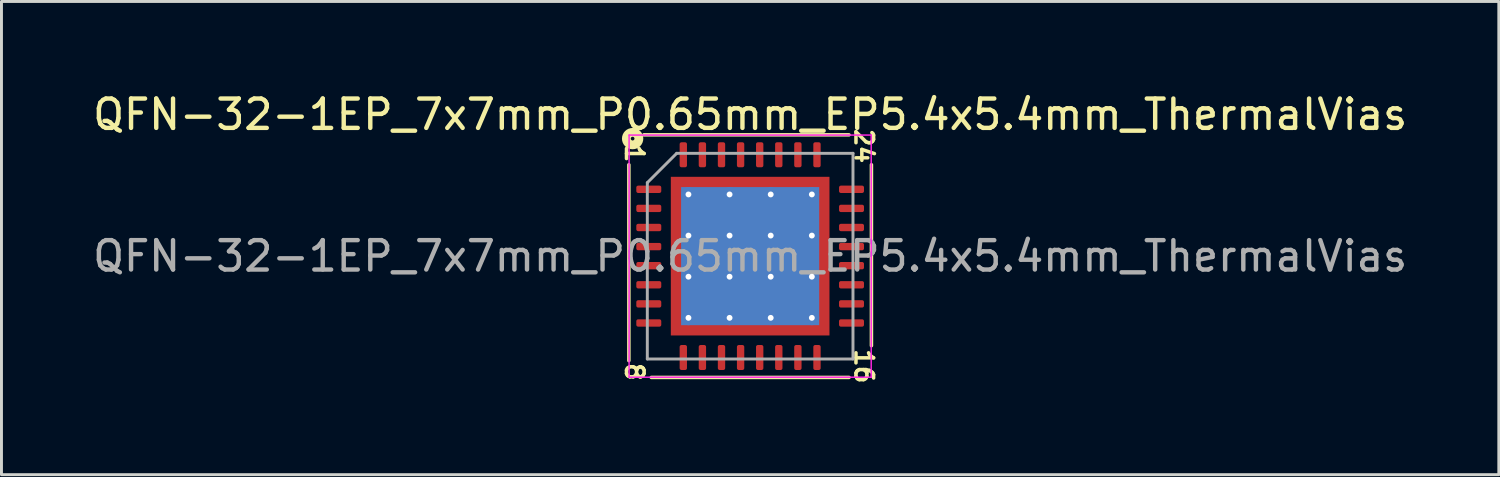
<source format=kicad_pcb>
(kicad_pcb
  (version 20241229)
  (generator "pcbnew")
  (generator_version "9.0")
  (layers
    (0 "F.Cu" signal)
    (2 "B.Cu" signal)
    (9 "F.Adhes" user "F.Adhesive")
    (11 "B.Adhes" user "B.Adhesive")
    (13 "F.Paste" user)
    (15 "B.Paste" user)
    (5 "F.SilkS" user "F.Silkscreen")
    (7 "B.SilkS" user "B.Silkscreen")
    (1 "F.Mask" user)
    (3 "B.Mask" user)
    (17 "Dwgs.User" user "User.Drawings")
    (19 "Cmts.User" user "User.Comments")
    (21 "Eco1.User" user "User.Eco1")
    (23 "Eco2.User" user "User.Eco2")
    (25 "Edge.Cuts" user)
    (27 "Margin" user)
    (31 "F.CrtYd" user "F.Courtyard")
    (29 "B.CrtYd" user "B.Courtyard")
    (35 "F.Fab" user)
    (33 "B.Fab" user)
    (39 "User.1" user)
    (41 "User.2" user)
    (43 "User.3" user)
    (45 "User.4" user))
  (footprint "QFN-32-1EP_7x7mm_P0.65mm_EP5.4x5.4mm_ThermalVias"
    (layer "F.Cu")
    (at 22.482 5.668)
    (property "Reference" "QFN-32-1EP_7x7mm_P0.65mm_EP5.4x5.4mm_ThermalVias" (at 0 -4.82 0) (layer "F.SilkS") (effects (font (size 1 1) (thickness 0.15))))
    (attr smd)
    (fp_line (start -4.128 -3.111) (end -4.128 3.556) (stroke (width 0.12) (type solid)) (layer "F.SilkS"))
    (fp_line (start -3.365 4.128) (end 3.365 4.128) (stroke (width 0.12) (type solid)) (layer "F.SilkS"))
    (fp_line (start 3.365 -4.128) (end -3.619 -4.128) (stroke (width 0.12) (type solid)) (layer "F.SilkS"))
    (fp_line (start 4.128 3.048) (end 4.128 -3.111) (stroke (width 0.12) (type solid)) (layer "F.SilkS"))
    (fp_circle (center -4 -4) (end -3.937 -4) (stroke (width 0.3) (type solid)) (fill no) (layer "F.SilkS"))
    (fp_line (start -4.12 -4.12) (end -4.12 4.12) (stroke (width 0.05) (type solid)) (layer "F.CrtYd"))
    (fp_line (start -4.12 4.12) (end 4.12 4.12) (stroke (width 0.05) (type solid)) (layer "F.CrtYd"))
    (fp_line (start 4.12 -4.12) (end -4.12 -4.12) (stroke (width 0.05) (type solid)) (layer "F.CrtYd"))
    (fp_line (start 4.12 4.12) (end 4.12 -4.12) (stroke (width 0.05) (type solid)) (layer "F.CrtYd"))
    (fp_line (start -3.5 -2.5) (end -2.5 -3.5) (stroke (width 0.1) (type solid)) (layer "F.Fab"))
    (fp_line (start -3.5 3.5) (end -3.5 -2.5) (stroke (width 0.1) (type solid)) (layer "F.Fab"))
    (fp_line (start -2.5 -3.5) (end 3.5 -3.5) (stroke (width 0.1) (type solid)) (layer "F.Fab"))
    (fp_line (start 3.5 -3.5) (end 3.5 3.5) (stroke (width 0.1) (type solid)) (layer "F.Fab"))
    (fp_line (start 3.5 3.5) (end -3.5 3.5) (stroke (width 0.1) (type solid)) (layer "F.Fab"))
    (fp_text user "16" (at 3.873 3.747 270) (unlocked yes) (layer "F.SilkS") (effects (font (size 0.6 0.6) (thickness 0.12))))
    (fp_text user "24" (at 3.873 -3.747 270) (unlocked yes) (layer "F.SilkS") (effects (font (size 0.6 0.6) (thickness 0.12))))
    (fp_text user "8" (at -3.937 3.937 270) (unlocked yes) (layer "F.SilkS") (effects (font (size 0.6 0.6) (thickness 0.12))))
    (fp_text user "1" (at -3.937 -3.493 270) (unlocked yes) (layer "F.SilkS") (effects (font (size 0.6 0.6) (thickness 0.12))))
    (fp_text user "${REFERENCE}" (at 0 0 0) (layer "F.Fab") (effects (font (size 1 1) (thickness 0.15))))
    (pad "" smd custom (at -2.4 -2.4) (size 0.366 0.366) (layers "F.Paste") (options (anchor circle)) (primitives (gr_poly (pts (xy 0.124 0.026) (xy 0.026 0.124) (xy -0.124 0.124) (xy -0.124 -0.124) (xy 0.124 -0.124)) (width 0.236) (fill yes))))
    (pad "" smd custom (at -2.4 -1.4) (size 0.421 0.421) (layers "F.Paste") (options (anchor circle)) (primitives (gr_poly (pts (xy 0.179 -0.449) (xy 0.179 0.449) (xy 0.127 0.501) (xy -0.179 0.501) (xy -0.179 -0.501) (xy 0.127 -0.501)) (width 0.126) (fill yes))))
    (pad "" smd custom (at -2.4 0) (size 0.421 0.421) (layers "F.Paste") (options (anchor circle)) (primitives (gr_poly (pts (xy 0.179 -0.449) (xy 0.179 0.449) (xy 0.127 0.501) (xy -0.179 0.501) (xy -0.179 -0.501) (xy 0.127 -0.501)) (width 0.126) (fill yes))))
    (pad "" smd custom (at -2.4 1.4) (size 0.421 0.421) (layers "F.Paste") (options (anchor circle)) (primitives (gr_poly (pts (xy 0.179 -0.449) (xy 0.179 0.449) (xy 0.127 0.501) (xy -0.179 0.501) (xy -0.179 -0.501) (xy 0.127 -0.501)) (width 0.126) (fill yes))))
    (pad "" smd custom (at -2.4 2.4) (size 0.366 0.366) (layers "F.Paste") (options (anchor circle)) (primitives (gr_poly (pts (xy 0.124 -0.026) (xy 0.124 0.124) (xy -0.124 0.124) (xy -0.124 -0.124) (xy 0.026 -0.124)) (width 0.236) (fill yes))))
    (pad "" smd custom (at -1.4 -2.4) (size 0.421 0.421) (layers "F.Paste") (options (anchor circle)) (primitives (gr_poly (pts (xy 0.501 0.127) (xy 0.449 0.179) (xy -0.449 0.179) (xy -0.501 0.127) (xy -0.501 -0.179) (xy 0.501 -0.179)) (width 0.126) (fill yes))))
    (pad "" smd roundrect (at -1.4 -1.4) (size 1.129 1.129) (layers "F.Paste") (roundrect_rratio 0.221))
    (pad "" smd roundrect (at -1.4 0) (size 1.129 1.129) (layers "F.Paste") (roundrect_rratio 0.221))
    (pad "" smd roundrect (at -1.4 1.4) (size 1.129 1.129) (layers "F.Paste") (roundrect_rratio 0.221))
    (pad "" smd custom (at -1.4 2.4) (size 0.421 0.421) (layers "F.Paste") (options (anchor circle)) (primitives (gr_poly (pts (xy 0.501 -0.127) (xy 0.501 0.179) (xy -0.501 0.179) (xy -0.501 -0.127) (xy -0.449 -0.179) (xy 0.449 -0.179)) (width 0.126) (fill yes))))
    (pad "" smd custom (at 0 -2.4) (size 0.421 0.421) (layers "F.Paste") (options (anchor circle)) (primitives (gr_poly (pts (xy 0.501 0.127) (xy 0.449 0.179) (xy -0.449 0.179) (xy -0.501 0.127) (xy -0.501 -0.179) (xy 0.501 -0.179)) (width 0.126) (fill yes))))
    (pad "" smd roundrect (at 0 -1.4) (size 1.129 1.129) (layers "F.Paste") (roundrect_rratio 0.221))
    (pad "" smd roundrect (at 0 0) (size 1.129 1.129) (layers "F.Paste") (roundrect_rratio 0.221))
    (pad "" smd roundrect (at 0 1.4) (size 1.129 1.129) (layers "F.Paste") (roundrect_rratio 0.221))
    (pad "" smd custom (at 0 2.4) (size 0.421 0.421) (layers "F.Paste") (options (anchor circle)) (primitives (gr_poly (pts (xy 0.501 -0.127) (xy 0.501 0.179) (xy -0.501 0.179) (xy -0.501 -0.127) (xy -0.449 -0.179) (xy 0.449 -0.179)) (width 0.126) (fill yes))))
    (pad "" smd custom (at 1.4 -2.4) (size 0.421 0.421) (layers "F.Paste") (options (anchor circle)) (primitives (gr_poly (pts (xy 0.501 0.127) (xy 0.449 0.179) (xy -0.449 0.179) (xy -0.501 0.127) (xy -0.501 -0.179) (xy 0.501 -0.179)) (width 0.126) (fill yes))))
    (pad "" smd roundrect (at 1.4 -1.4) (size 1.129 1.129) (layers "F.Paste") (roundrect_rratio 0.221))
    (pad "" smd roundrect (at 1.4 0) (size 1.129 1.129) (layers "F.Paste") (roundrect_rratio 0.221))
    (pad "" smd roundrect (at 1.4 1.4) (size 1.129 1.129) (layers "F.Paste") (roundrect_rratio 0.221))
    (pad "" smd custom (at 1.4 2.4) (size 0.421 0.421) (layers "F.Paste") (options (anchor circle)) (primitives (gr_poly (pts (xy 0.501 -0.127) (xy 0.501 0.179) (xy -0.501 0.179) (xy -0.501 -0.127) (xy -0.449 -0.179) (xy 0.449 -0.179)) (width 0.126) (fill yes))))
    (pad "" smd custom (at 2.4 -2.4) (size 0.366 0.366) (layers "F.Paste") (options (anchor circle)) (primitives (gr_poly (pts (xy 0.124 0.124) (xy -0.026 0.124) (xy -0.124 0.026) (xy -0.124 -0.124) (xy 0.124 -0.124)) (width 0.236) (fill yes))))
    (pad "" smd custom (at 2.4 -1.4) (size 0.421 0.421) (layers "F.Paste") (options (anchor circle)) (primitives (gr_poly (pts (xy 0.179 0.501) (xy -0.127 0.501) (xy -0.179 0.449) (xy -0.179 -0.449) (xy -0.127 -0.501) (xy 0.179 -0.501)) (width 0.126) (fill yes))))
    (pad "" smd custom (at 2.4 0) (size 0.421 0.421) (layers "F.Paste") (options (anchor circle)) (primitives (gr_poly (pts (xy 0.179 0.501) (xy -0.127 0.501) (xy -0.179 0.449) (xy -0.179 -0.449) (xy -0.127 -0.501) (xy 0.179 -0.501)) (width 0.126) (fill yes))))
    (pad "" smd custom (at 2.4 1.4) (size 0.421 0.421) (layers "F.Paste") (options (anchor circle)) (primitives (gr_poly (pts (xy 0.179 0.501) (xy -0.127 0.501) (xy -0.179 0.449) (xy -0.179 -0.449) (xy -0.127 -0.501) (xy 0.179 -0.501)) (width 0.126) (fill yes))))
    (pad "" smd custom (at 2.4 2.4) (size 0.366 0.366) (layers "F.Paste") (options (anchor circle)) (primitives (gr_poly (pts (xy 0.124 0.124) (xy -0.124 0.124) (xy -0.124 -0.026) (xy -0.026 -0.124) (xy 0.124 -0.124)) (width 0.236) (fill yes))))
    (pad "1" smd roundrect (at -3.45 -2.275) (size 0.85 0.25) (layers "F.Cu" "F.Mask" "F.Paste") (roundrect_rratio 0.25))
    (pad "2" smd roundrect (at -3.45 -1.625) (size 0.85 0.25) (layers "F.Cu" "F.Mask" "F.Paste") (roundrect_rratio 0.25))
    (pad "3" smd roundrect (at -3.45 -0.975) (size 0.85 0.25) (layers "F.Cu" "F.Mask" "F.Paste") (roundrect_rratio 0.25))
    (pad "4" smd roundrect (at -3.45 -0.325) (size 0.85 0.25) (layers "F.Cu" "F.Mask" "F.Paste") (roundrect_rratio 0.25))
    (pad "5" smd roundrect (at -3.45 0.325) (size 0.85 0.25) (layers "F.Cu" "F.Mask" "F.Paste") (roundrect_rratio 0.25))
    (pad "6" smd roundrect (at -3.45 0.975) (size 0.85 0.25) (layers "F.Cu" "F.Mask" "F.Paste") (roundrect_rratio 0.25))
    (pad "7" smd roundrect (at -3.45 1.625) (size 0.85 0.25) (layers "F.Cu" "F.Mask" "F.Paste") (roundrect_rratio 0.25))
    (pad "8" smd roundrect (at -3.45 2.275) (size 0.85 0.25) (layers "F.Cu" "F.Mask" "F.Paste") (roundrect_rratio 0.25))
    (pad "9" smd roundrect (at -2.275 3.45) (size 0.25 0.85) (layers "F.Cu" "F.Mask" "F.Paste") (roundrect_rratio 0.25))
    (pad "10" smd roundrect (at -1.625 3.45) (size 0.25 0.85) (layers "F.Cu" "F.Mask" "F.Paste") (roundrect_rratio 0.25))
    (pad "11" smd roundrect (at -0.975 3.45) (size 0.25 0.85) (layers "F.Cu" "F.Mask" "F.Paste") (roundrect_rratio 0.25))
    (pad "12" smd roundrect (at -0.325 3.45) (size 0.25 0.85) (layers "F.Cu" "F.Mask" "F.Paste") (roundrect_rratio 0.25))
    (pad "13" smd roundrect (at 0.325 3.45) (size 0.25 0.85) (layers "F.Cu" "F.Mask" "F.Paste") (roundrect_rratio 0.25))
    (pad "14" smd roundrect (at 0.975 3.45) (size 0.25 0.85) (layers "F.Cu" "F.Mask" "F.Paste") (roundrect_rratio 0.25))
    (pad "15" smd roundrect (at 1.625 3.45) (size 0.25 0.85) (layers "F.Cu" "F.Mask" "F.Paste") (roundrect_rratio 0.25))
    (pad "16" smd roundrect (at 2.275 3.45) (size 0.25 0.85) (layers "F.Cu" "F.Mask" "F.Paste") (roundrect_rratio 0.25))
    (pad "17" smd roundrect (at 3.45 2.275) (size 0.85 0.25) (layers "F.Cu" "F.Mask" "F.Paste") (roundrect_rratio 0.25))
    (pad "18" smd roundrect (at 3.45 1.625) (size 0.85 0.25) (layers "F.Cu" "F.Mask" "F.Paste") (roundrect_rratio 0.25))
    (pad "19" smd roundrect (at 3.45 0.975) (size 0.85 0.25) (layers "F.Cu" "F.Mask" "F.Paste") (roundrect_rratio 0.25))
    (pad "20" smd roundrect (at 3.45 0.325) (size 0.85 0.25) (layers "F.Cu" "F.Mask" "F.Paste") (roundrect_rratio 0.25))
    (pad "21" smd roundrect (at 3.45 -0.325) (size 0.85 0.25) (layers "F.Cu" "F.Mask" "F.Paste") (roundrect_rratio 0.25))
    (pad "22" smd roundrect (at 3.45 -0.975) (size 0.85 0.25) (layers "F.Cu" "F.Mask" "F.Paste") (roundrect_rratio 0.25))
    (pad "23" smd roundrect (at 3.45 -1.625) (size 0.85 0.25) (layers "F.Cu" "F.Mask" "F.Paste") (roundrect_rratio 0.25))
    (pad "24" smd roundrect (at 3.45 -2.275) (size 0.85 0.25) (layers "F.Cu" "F.Mask" "F.Paste") (roundrect_rratio 0.25))
    (pad "25" smd roundrect (at 2.275 -3.45) (size 0.25 0.85) (layers "F.Cu" "F.Mask" "F.Paste") (roundrect_rratio 0.25))
    (pad "26" smd roundrect (at 1.625 -3.45) (size 0.25 0.85) (layers "F.Cu" "F.Mask" "F.Paste") (roundrect_rratio 0.25))
    (pad "27" smd roundrect (at 0.975 -3.45) (size 0.25 0.85) (layers "F.Cu" "F.Mask" "F.Paste") (roundrect_rratio 0.25))
    (pad "28" smd roundrect (at 0.325 -3.45) (size 0.25 0.85) (layers "F.Cu" "F.Mask" "F.Paste") (roundrect_rratio 0.25))
    (pad "29" smd roundrect (at -0.325 -3.45) (size 0.25 0.85) (layers "F.Cu" "F.Mask" "F.Paste") (roundrect_rratio 0.25))
    (pad "30" smd roundrect (at -0.975 -3.45) (size 0.25 0.85) (layers "F.Cu" "F.Mask" "F.Paste") (roundrect_rratio 0.25))
    (pad "31" smd roundrect (at -1.625 -3.45) (size 0.25 0.85) (layers "F.Cu" "F.Mask" "F.Paste") (roundrect_rratio 0.25))
    (pad "32" smd roundrect (at -2.275 -3.45) (size 0.25 0.85) (layers "F.Cu" "F.Mask" "F.Paste") (roundrect_rratio 0.25))
    (pad "33" thru_hole circle (at -2.1 -2.1) (size 0.5 0.5) (drill 0.2) (layers "*.Cu"))
    (pad "33" thru_hole circle (at -2.1 -0.7) (size 0.5 0.5) (drill 0.2) (layers "*.Cu"))
    (pad "33" thru_hole circle (at -2.1 0.7) (size 0.5 0.5) (drill 0.2) (layers "*.Cu"))
    (pad "33" thru_hole circle (at -2.1 2.1) (size 0.5 0.5) (drill 0.2) (layers "*.Cu"))
    (pad "33" thru_hole circle (at -0.7 -2.1) (size 0.5 0.5) (drill 0.2) (layers "*.Cu"))
    (pad "33" thru_hole circle (at -0.7 -0.7) (size 0.5 0.5) (drill 0.2) (layers "*.Cu"))
    (pad "33" thru_hole circle (at -0.7 0.7) (size 0.5 0.5) (drill 0.2) (layers "*.Cu"))
    (pad "33" thru_hole circle (at -0.7 2.1) (size 0.5 0.5) (drill 0.2) (layers "*.Cu"))
    (pad "33" smd rect (at 0 0) (size 4.7 4.7) (layers "B.Cu" "B.Mask"))
    (pad "33" smd rect (at 0 0) (size 5.4 5.4) (layers "F.Cu" "F.Mask"))
    (pad "33" thru_hole circle (at 0.7 -2.1) (size 0.5 0.5) (drill 0.2) (layers "*.Cu"))
    (pad "33" thru_hole circle (at 0.7 -0.7) (size 0.5 0.5) (drill 0.2) (layers "*.Cu"))
    (pad "33" thru_hole circle (at 0.7 0.7) (size 0.5 0.5) (drill 0.2) (layers "*.Cu"))
    (pad "33" thru_hole circle (at 0.7 2.1) (size 0.5 0.5) (drill 0.2) (layers "*.Cu"))
    (pad "33" thru_hole circle (at 2.1 -2.1) (size 0.5 0.5) (drill 0.2) (layers "*.Cu"))
    (pad "33" thru_hole circle (at 2.1 -0.7) (size 0.5 0.5) (drill 0.2) (layers "*.Cu"))
    (pad "33" thru_hole circle (at 2.1 0.7) (size 0.5 0.5) (drill 0.2) (layers "*.Cu"))
    (pad "33" thru_hole circle (at 2.1 2.1) (size 0.5 0.5) (drill 0.2) (layers "*.Cu")))
  (gr_rect
    (start -3 -3)
    (end 47.964 13.106)
    (stroke (width 0.1) (type default))
    (fill no)
    (layer "Edge.Cuts")))
</source>
